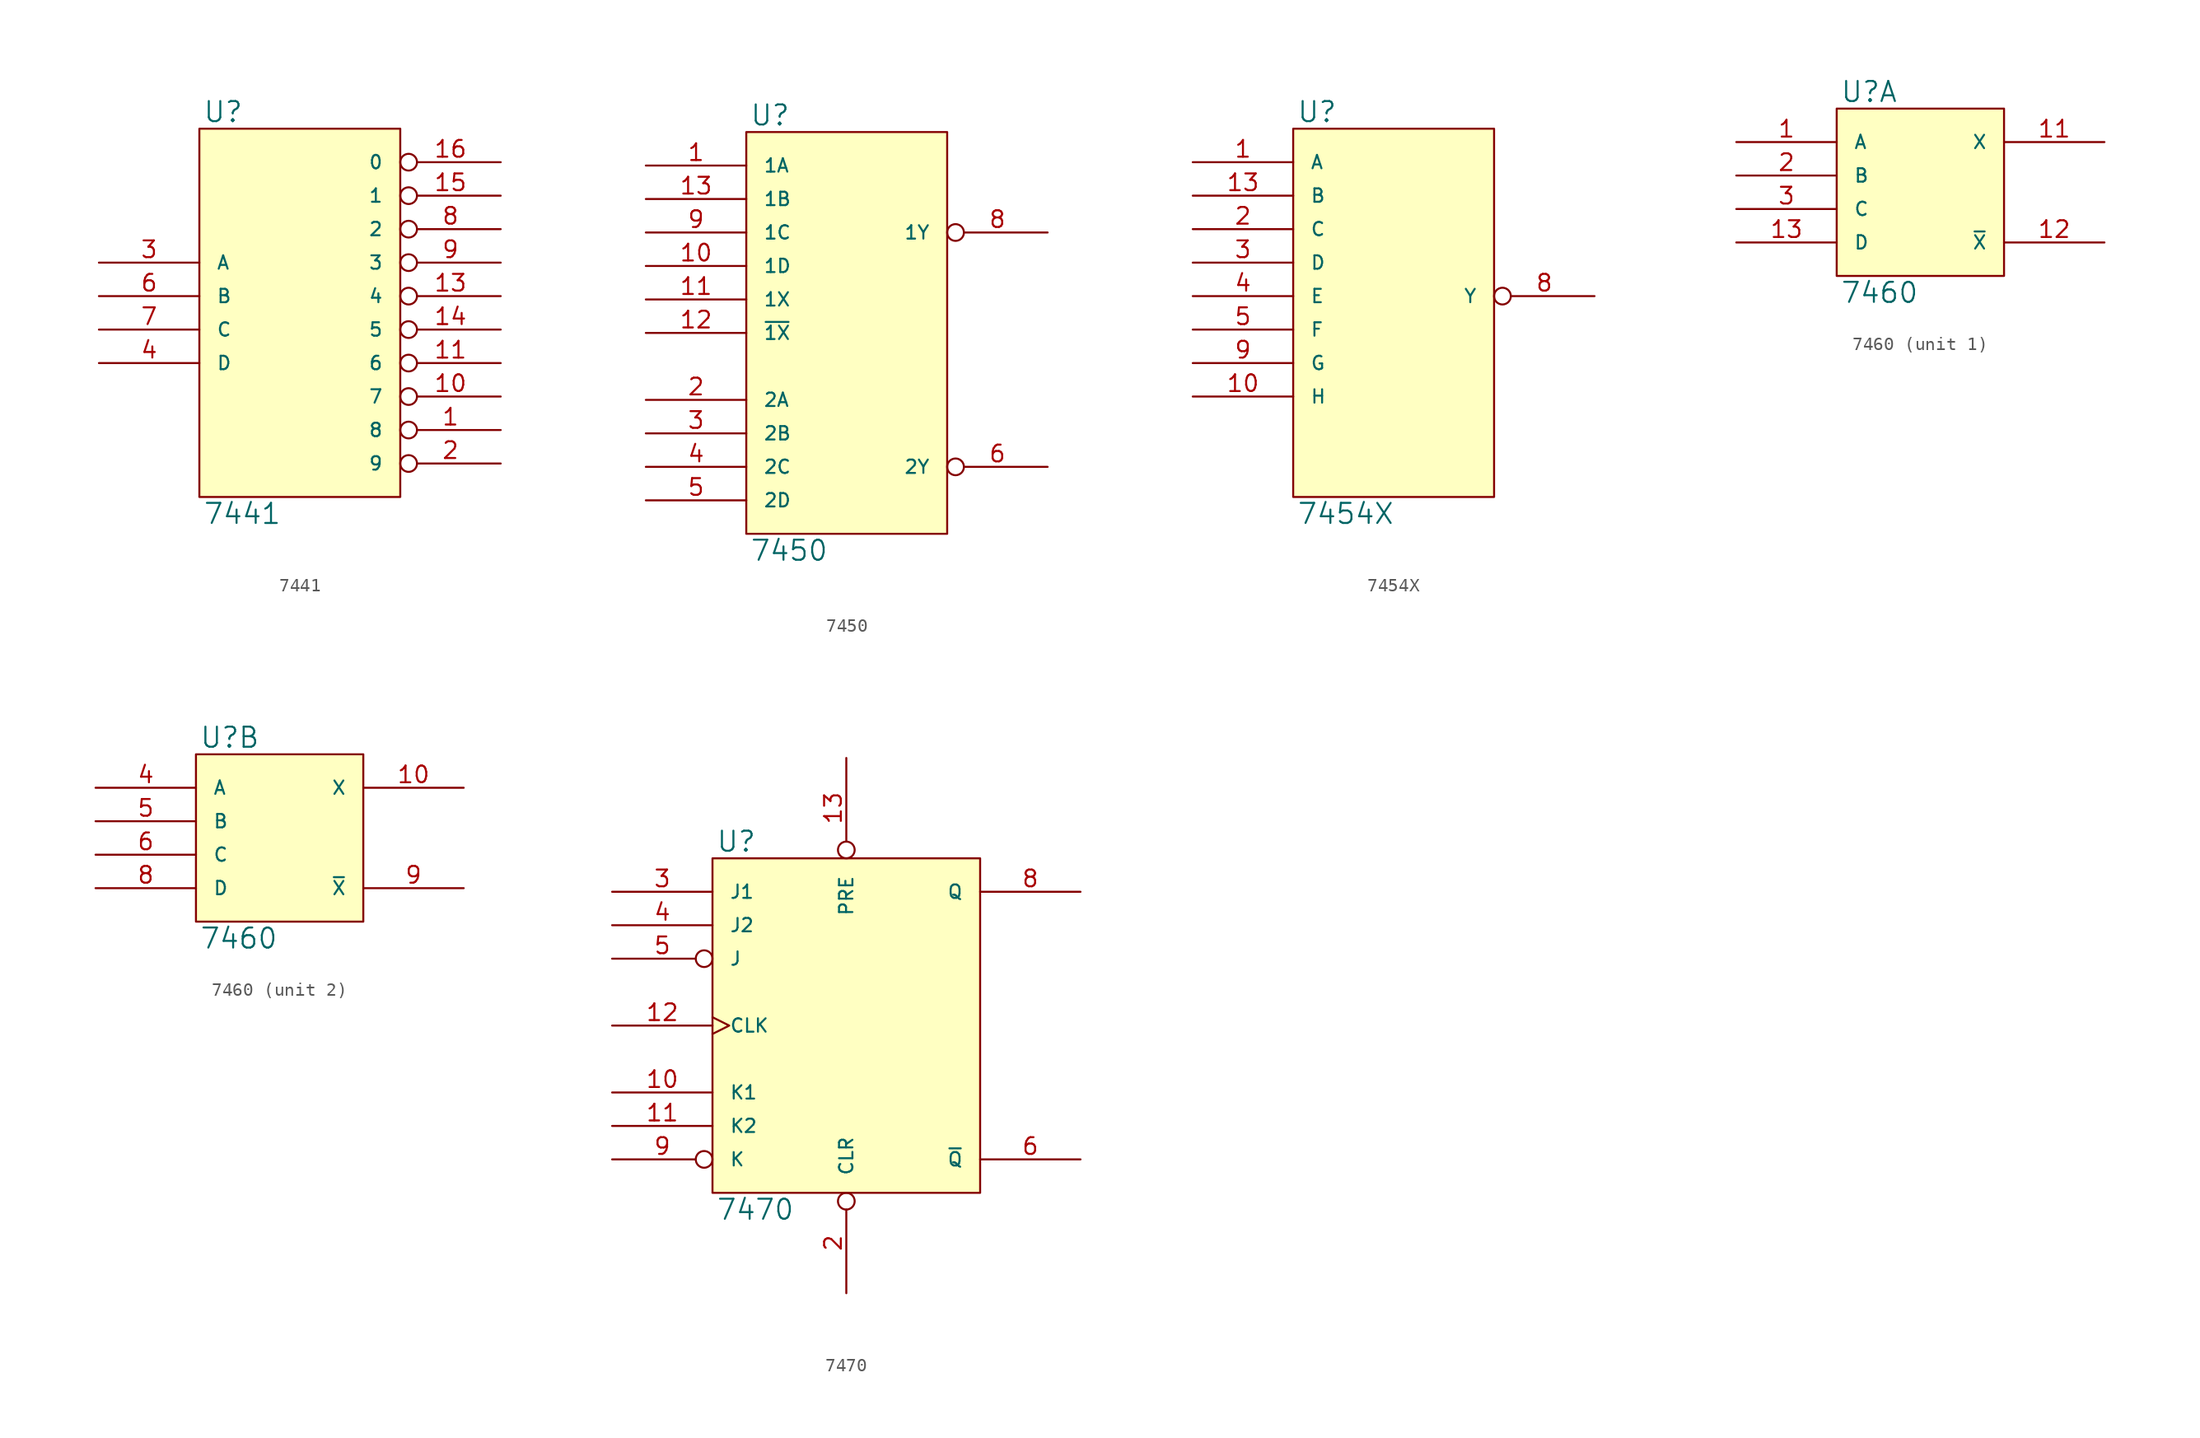
<source format=kicad_sym>
(kicad_symbol_lib
  (version 20231120)
  (generator "kicad_symbol_editor")
  (generator_version "8.0")
  (symbol "7441"
    (pin_names
      (offset 1.27))
    (property "Reference" "U"
      (at 0.254 0.381 0)
      (effects (font (size 1.524 1.524)) (justify left bottom)))
    (property "Value" "7441"
      (at 0.254 -28.321 0)
      (effects (font (size 1.524 1.524)) (justify left top)))
    (symbol "7441_0_1"
      (rectangle (start 0 0) (end 15.24 -27.94) (stroke (width 0) (type solid)) (fill (type background))))
    (symbol "7441_1_1"
      (pin open_collector inverted (at 22.86 -22.86 180) (length 7.62) (name "8" (effects (font (size 1.016 1.016)))) (number "1" (effects (font (size 1.27 1.27)))))
      (pin open_collector inverted (at 22.86 -20.32 180) (length 7.62) (name "7" (effects (font (size 1.016 1.016)))) (number "10" (effects (font (size 1.27 1.27)))))
      (pin open_collector inverted (at 22.86 -17.78 180) (length 7.62) (name "6" (effects (font (size 1.016 1.016)))) (number "11" (effects (font (size 1.27 1.27)))))
      (pin power_in line (at 0 -27.94 90) (length 0) hide (name "GND" (effects (font (size 1.016 1.016)))) (number "12" (effects (font (size 1.27 1.27)))))
      (pin open_collector inverted (at 22.86 -12.7 180) (length 7.62) (name "4" (effects (font (size 1.016 1.016)))) (number "13" (effects (font (size 1.27 1.27)))))
      (pin open_collector inverted (at 22.86 -15.24 180) (length 7.62) (name "5" (effects (font (size 1.016 1.016)))) (number "14" (effects (font (size 1.27 1.27)))))
      (pin open_collector inverted (at 22.86 -5.08 180) (length 7.62) (name "1" (effects (font (size 1.016 1.016)))) (number "15" (effects (font (size 1.27 1.27)))))
      (pin open_collector inverted (at 22.86 -2.54 180) (length 7.62) (name "0" (effects (font (size 1.016 1.016)))) (number "16" (effects (font (size 1.27 1.27)))))
      (pin open_collector inverted (at 22.86 -25.4 180) (length 7.62) (name "9" (effects (font (size 1.016 1.016)))) (number "2" (effects (font (size 1.27 1.27)))))
      (pin input line (at -7.62 -10.16 0) (length 7.62) (name "A" (effects (font (size 1.016 1.016)))) (number "3" (effects (font (size 1.27 1.27)))))
      (pin input line (at -7.62 -17.78 0) (length 7.62) (name "D" (effects (font (size 1.016 1.016)))) (number "4" (effects (font (size 1.27 1.27)))))
      (pin power_in line (at 0 0 270) (length 0) hide (name "VCC" (effects (font (size 1.016 1.016)))) (number "5" (effects (font (size 1.27 1.27)))))
      (pin input line (at -7.62 -12.7 0) (length 7.62) (name "B" (effects (font (size 1.016 1.016)))) (number "6" (effects (font (size 1.27 1.27)))))
      (pin input line (at -7.62 -15.24 0) (length 7.62) (name "C" (effects (font (size 1.016 1.016)))) (number "7" (effects (font (size 1.27 1.27)))))
      (pin open_collector inverted (at 22.86 -7.62 180) (length 7.62) (name "2" (effects (font (size 1.016 1.016)))) (number "8" (effects (font (size 1.27 1.27)))))
      (pin open_collector inverted (at 22.86 -10.16 180) (length 7.62) (name "3" (effects (font (size 1.016 1.016)))) (number "9" (effects (font (size 1.27 1.27)))))))
  (symbol "7450"
    (pin_names
      (offset 1.27))
    (property "Reference" "U"
      (at 0.254 0.381 0)
      (effects (font (size 1.524 1.524)) (justify left bottom)))
    (property "Value" "7450"
      (at 0.254 -30.861 0)
      (effects (font (size 1.524 1.524)) (justify left top)))
    (symbol "7450_0_1"
      (rectangle (start 0 0) (end 15.24 -30.48) (stroke (width 0) (type solid)) (fill (type background))))
    (symbol "7450_1_1"
      (pin input line (at -7.62 -2.54 0) (length 7.62) (name "1A" (effects (font (size 1.016 1.016)))) (number "1" (effects (font (size 1.27 1.27)))))
      (pin input line (at -7.62 -10.16 0) (length 7.62) (name "1D" (effects (font (size 1.016 1.016)))) (number "10" (effects (font (size 1.27 1.27)))))
      (pin input line (at -7.62 -12.7 0) (length 7.62) (name "1X" (effects (font (size 1.016 1.016)))) (number "11" (effects (font (size 1.27 1.27)))))
      (pin input line (at -7.62 -15.24 0) (length 7.62) (name "~{1X}" (effects (font (size 1.016 1.016)))) (number "12" (effects (font (size 1.27 1.27)))))
      (pin input line (at -7.62 -5.08 0) (length 7.62) (name "1B" (effects (font (size 1.016 1.016)))) (number "13" (effects (font (size 1.27 1.27)))))
      (pin power_in line (at 0 0 270) (length 0) hide (name "VCC" (effects (font (size 1.016 1.016)))) (number "14" (effects (font (size 1.27 1.27)))))
      (pin input line (at -7.62 -20.32 0) (length 7.62) (name "2A" (effects (font (size 1.016 1.016)))) (number "2" (effects (font (size 1.27 1.27)))))
      (pin input line (at -7.62 -22.86 0) (length 7.62) (name "2B" (effects (font (size 1.016 1.016)))) (number "3" (effects (font (size 1.27 1.27)))))
      (pin input line (at -7.62 -25.4 0) (length 7.62) (name "2C" (effects (font (size 1.016 1.016)))) (number "4" (effects (font (size 1.27 1.27)))))
      (pin input line (at -7.62 -27.94 0) (length 7.62) (name "2D" (effects (font (size 1.016 1.016)))) (number "5" (effects (font (size 1.27 1.27)))))
      (pin output inverted (at 22.86 -25.4 180) (length 7.62) (name "2Y" (effects (font (size 1.016 1.016)))) (number "6" (effects (font (size 1.27 1.27)))))
      (pin power_in line (at 0 -30.48 90) (length 0) hide (name "GND" (effects (font (size 1.016 1.016)))) (number "7" (effects (font (size 1.27 1.27)))))
      (pin output inverted (at 22.86 -7.62 180) (length 7.62) (name "1Y" (effects (font (size 1.016 1.016)))) (number "8" (effects (font (size 1.27 1.27)))))
      (pin input line (at -7.62 -7.62 0) (length 7.62) (name "1C" (effects (font (size 1.016 1.016)))) (number "9" (effects (font (size 1.27 1.27)))))))
  (symbol "7454X"
    (pin_names
      (offset 1.27))
    (property "Reference" "U"
      (at 0.254 0.381 0)
      (effects (font (size 1.524 1.524)) (justify left bottom)))
    (property "Value" "7454X"
      (at 0.254 -28.321 0)
      (effects (font (size 1.524 1.524)) (justify left top)))
    (symbol "7454X_0_1"
      (rectangle (start 0 0) (end 15.24 -27.94) (stroke (width 0) (type solid)) (fill (type background))))
    (symbol "7454X_1_1"
      (pin input line (at -7.62 -2.54 0) (length 7.62) (name "A" (effects (font (size 1.016 1.016)))) (number "1" (effects (font (size 1.27 1.27)))))
      (pin input line (at -7.62 -20.32 0) (length 7.62) (name "H" (effects (font (size 1.016 1.016)))) (number "10" (effects (font (size 1.27 1.27)))))
      (pin input line (at -7.62 -5.08 0) (length 7.62) (name "B" (effects (font (size 1.016 1.016)))) (number "13" (effects (font (size 1.27 1.27)))))
      (pin power_in line (at 0 0 270) (length 0) hide (name "VCC" (effects (font (size 1.016 1.016)))) (number "14" (effects (font (size 1.27 1.27)))))
      (pin input line (at -7.62 -7.62 0) (length 7.62) (name "C" (effects (font (size 1.016 1.016)))) (number "2" (effects (font (size 1.27 1.27)))))
      (pin input line (at -7.62 -10.16 0) (length 7.62) (name "D" (effects (font (size 1.016 1.016)))) (number "3" (effects (font (size 1.27 1.27)))))
      (pin input line (at -7.62 -12.7 0) (length 7.62) (name "E" (effects (font (size 1.016 1.016)))) (number "4" (effects (font (size 1.27 1.27)))))
      (pin input line (at -7.62 -15.24 0) (length 7.62) (name "F" (effects (font (size 1.016 1.016)))) (number "5" (effects (font (size 1.27 1.27)))))
      (pin power_in line (at 0 -27.94 90) (length 0) hide (name "GND" (effects (font (size 1.016 1.016)))) (number "7" (effects (font (size 1.27 1.27)))))
      (pin output inverted (at 22.86 -12.7 180) (length 7.62) (name "Y" (effects (font (size 1.016 1.016)))) (number "8" (effects (font (size 1.27 1.27)))))
      (pin input line (at -7.62 -17.78 0) (length 7.62) (name "G" (effects (font (size 1.016 1.016)))) (number "9" (effects (font (size 1.27 1.27)))))))
  (symbol "7460"
    (pin_names
      (offset 1.27))
    (property "Reference" "U"
      (at 0.254 0.381 0)
      (effects (font (size 1.524 1.524)) (justify left bottom)))
    (property "Value" "7460"
      (at 0.254 -13.081 0)
      (effects (font (size 1.524 1.524)) (justify left top)))
    (symbol "7460_0_1"
      (rectangle (start 0 0) (end 12.7 -12.7) (stroke (width 0) (type solid)) (fill (type background))))
    (symbol "7460_1_1"
      (pin input line (at -7.62 -2.54 0) (length 7.62) (name "A" (effects (font (size 1.016 1.016)))) (number "1" (effects (font (size 1.27 1.27)))))
      (pin output line (at 20.32 -2.54 180) (length 7.62) (name "X" (effects (font (size 1.016 1.016)))) (number "11" (effects (font (size 1.27 1.27)))))
      (pin output line (at 20.32 -10.16 180) (length 7.62) (name "~{X}" (effects (font (size 1.016 1.016)))) (number "12" (effects (font (size 1.27 1.27)))))
      (pin input line (at -7.62 -10.16 0) (length 7.62) (name "D" (effects (font (size 1.016 1.016)))) (number "13" (effects (font (size 1.27 1.27)))))
      (pin power_in line (at 0 0 270) (length 0) hide (name "VCC" (effects (font (size 1.016 1.016)))) (number "14" (effects (font (size 1.27 1.27)))))
      (pin input line (at -7.62 -5.08 0) (length 7.62) (name "B" (effects (font (size 1.016 1.016)))) (number "2" (effects (font (size 1.27 1.27)))))
      (pin input line (at -7.62 -7.62 0) (length 7.62) (name "C" (effects (font (size 1.016 1.016)))) (number "3" (effects (font (size 1.27 1.27)))))
      (pin power_in line (at 0 -12.7 90) (length 0) hide (name "GND" (effects (font (size 1.016 1.016)))) (number "7" (effects (font (size 1.27 1.27))))))
    (symbol "7460_2_1"
      (pin output line (at 20.32 -2.54 180) (length 7.62) (name "X" (effects (font (size 1.016 1.016)))) (number "10" (effects (font (size 1.27 1.27)))))
      (pin power_in line (at 0 0 270) (length 0) hide (name "VCC" (effects (font (size 1.016 1.016)))) (number "14" (effects (font (size 1.27 1.27)))))
      (pin input line (at -7.62 -2.54 0) (length 7.62) (name "A" (effects (font (size 1.016 1.016)))) (number "4" (effects (font (size 1.27 1.27)))))
      (pin input line (at -7.62 -5.08 0) (length 7.62) (name "B" (effects (font (size 1.016 1.016)))) (number "5" (effects (font (size 1.27 1.27)))))
      (pin input line (at -7.62 -7.62 0) (length 7.62) (name "C" (effects (font (size 1.016 1.016)))) (number "6" (effects (font (size 1.27 1.27)))))
      (pin power_in line (at 0 -12.7 90) (length 0) hide (name "GND" (effects (font (size 1.016 1.016)))) (number "7" (effects (font (size 1.27 1.27)))))
      (pin input line (at -7.62 -10.16 0) (length 7.62) (name "D" (effects (font (size 1.016 1.016)))) (number "8" (effects (font (size 1.27 1.27)))))
      (pin output line (at 20.32 -10.16 180) (length 7.62) (name "~{X}" (effects (font (size 1.016 1.016)))) (number "9" (effects (font (size 1.27 1.27)))))))
  (symbol "7470"
    (pin_names
      (offset 1.27))
    (property "Reference" "U"
      (at 0.254 0.381 0)
      (effects (font (size 1.524 1.524)) (justify left bottom)))
    (property "Value" "7470"
      (at 0.254 -25.781 0)
      (effects (font (size 1.524 1.524)) (justify left top)))
    (symbol "7470_0_1"
      (rectangle (start 0 0) (end 20.32 -25.4) (stroke (width 0) (type solid)) (fill (type background))))
    (symbol "7470_1_1"
      (pin input line (at -7.62 -17.78 0) (length 7.62) (name "K1" (effects (font (size 1.016 1.016)))) (number "10" (effects (font (size 1.27 1.27)))))
      (pin input line (at -7.62 -20.32 0) (length 7.62) (name "K2" (effects (font (size 1.016 1.016)))) (number "11" (effects (font (size 1.27 1.27)))))
      (pin input clock (at -7.62 -12.7 0) (length 7.62) (name "CLK" (effects (font (size 1.016 1.016)))) (number "12" (effects (font (size 1.27 1.27)))))
      (pin input inverted (at 10.16 7.62 270) (length 7.62) (name "PRE" (effects (font (size 1.016 1.016)))) (number "13" (effects (font (size 1.27 1.27)))))
      (pin power_in line (at 0 0 270) (length 0) hide (name "VCC" (effects (font (size 1.016 1.016)))) (number "14" (effects (font (size 1.27 1.27)))))
      (pin input inverted (at 10.16 -33.02 90) (length 7.62) (name "CLR" (effects (font (size 1.016 1.016)))) (number "2" (effects (font (size 1.27 1.27)))))
      (pin input line (at -7.62 -2.54 0) (length 7.62) (name "J1" (effects (font (size 1.016 1.016)))) (number "3" (effects (font (size 1.27 1.27)))))
      (pin input line (at -7.62 -5.08 0) (length 7.62) (name "J2" (effects (font (size 1.016 1.016)))) (number "4" (effects (font (size 1.27 1.27)))))
      (pin input inverted (at -7.62 -7.62 0) (length 7.62) (name "J" (effects (font (size 1.016 1.016)))) (number "5" (effects (font (size 1.27 1.27)))))
      (pin output line (at 27.94 -22.86 180) (length 7.62) (name "~{Q}" (effects (font (size 1.016 1.016)))) (number "6" (effects (font (size 1.27 1.27)))))
      (pin power_in line (at 0 -25.4 90) (length 0) hide (name "GND" (effects (font (size 1.016 1.016)))) (number "7" (effects (font (size 1.27 1.27)))))
      (pin output line (at 27.94 -2.54 180) (length 7.62) (name "Q" (effects (font (size 1.016 1.016)))) (number "8" (effects (font (size 1.27 1.27)))))
      (pin input inverted (at -7.62 -22.86 0) (length 7.62) (name "K" (effects (font (size 1.016 1.016)))) (number "9" (effects (font (size 1.27 1.27))))))))
</source>
